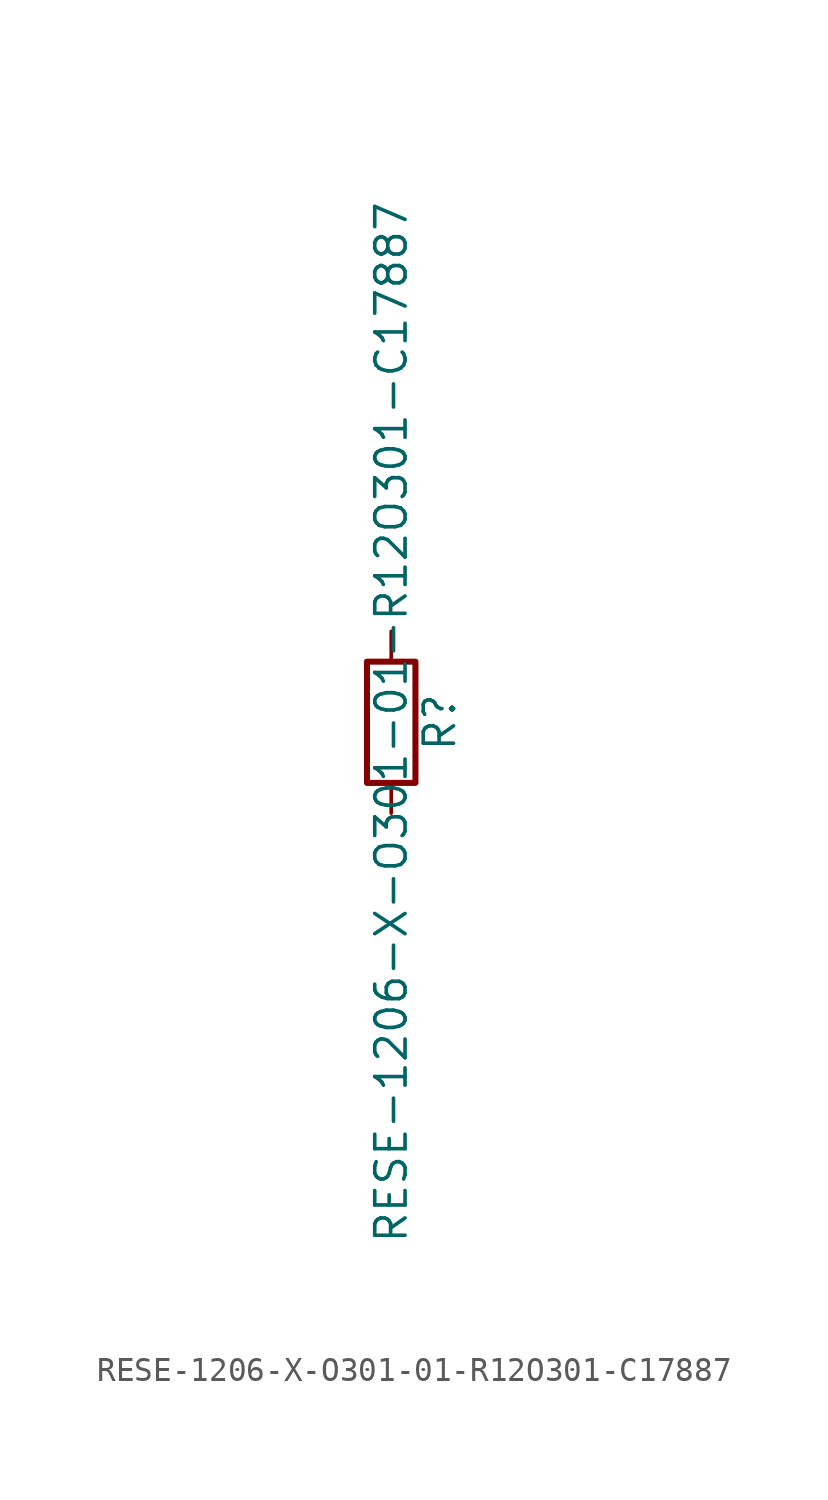
<source format=kicad_sym>
(kicad_symbol_lib
  (version 20211014)
  (generator kicad_symbol_editor)
  (symbol "RESE-1206-X-O301-01-R12O301-C17887"
    (pin_numbers hide)
    (pin_names
      (offset 0))
    (property "Reference" "R"
      (at 2.032 0 90)
      (effects (font (size 1.27 1.27))))
    (property "Value" "RESE-1206-X-O301-01-R12O301-C17887"
      (at 0 0 90)
      (effects (font (size 1.27 1.27))))
    (symbol "RESE-1206-X-O301-01-R12O301-C17887_0_1"
      (rectangle (start -1.016 -2.54) (end 1.016 2.54) (stroke (width 0.254) (type default) (color 0 0 0 0)) (fill (type none))))
    (symbol "RESE-1206-X-O301-01-R12O301-C17887_1_1"
      (pin passive line (at 0 3.81 270) (length 1.27) (name "~" (effects (font (size 1.27 1.27)))) (number "1" (effects (font (size 1.27 1.27)))))
      (pin passive line (at 0 -3.81 90) (length 1.27) (name "~" (effects (font (size 1.27 1.27)))) (number "2" (effects (font (size 1.27 1.27))))))))
</source>
